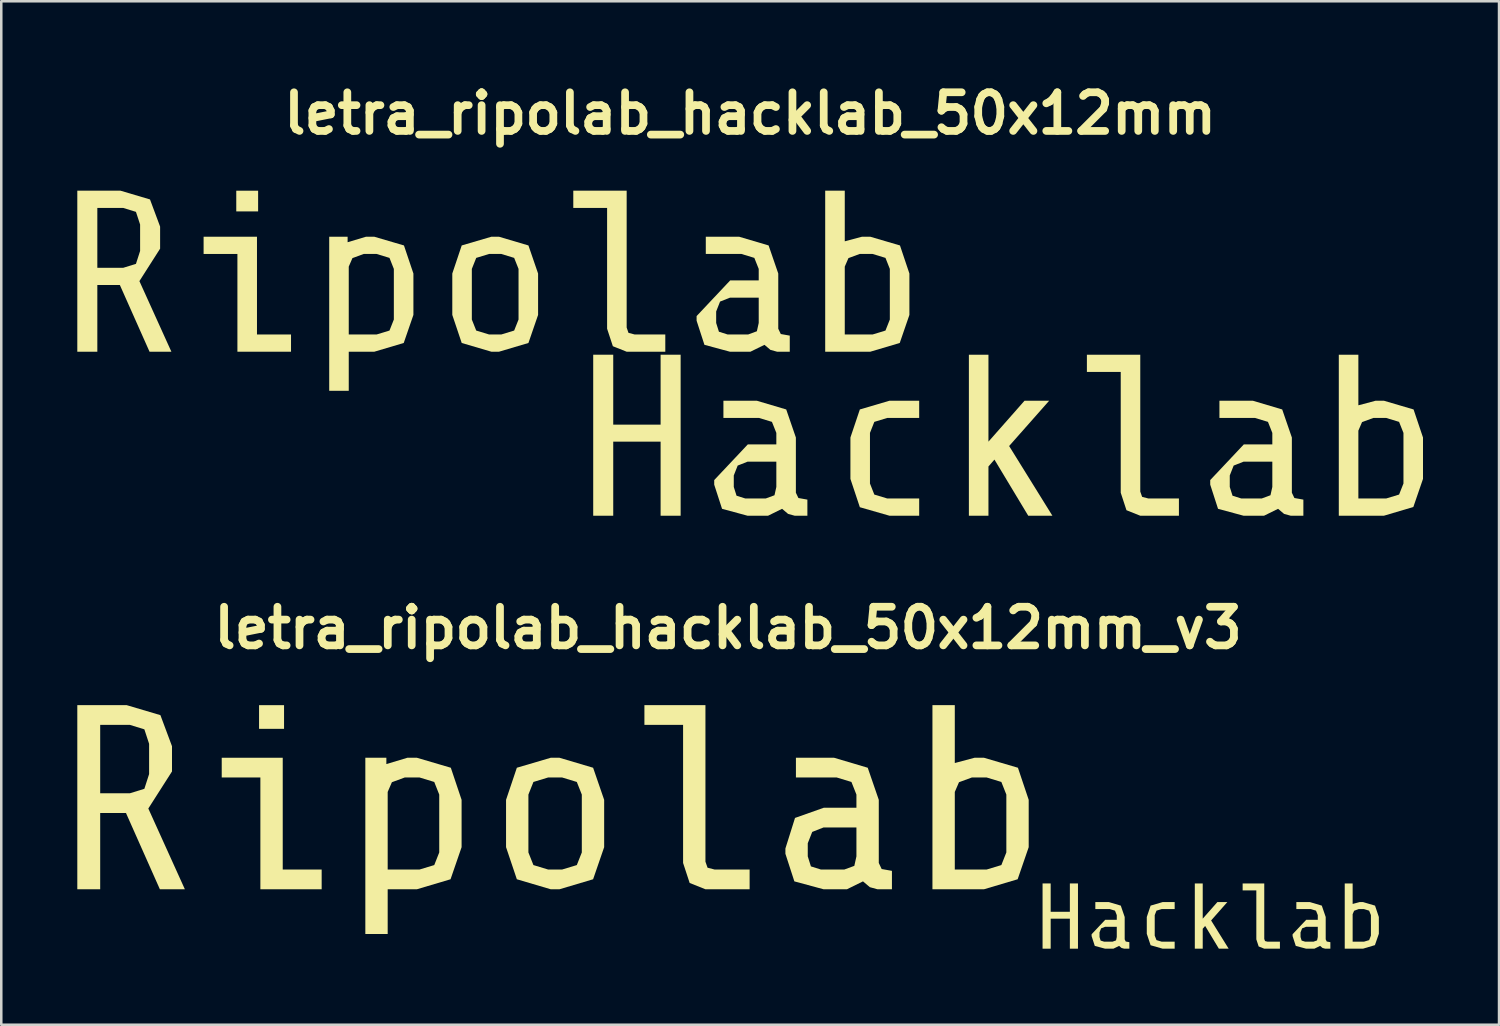
<source format=kicad_pcb>
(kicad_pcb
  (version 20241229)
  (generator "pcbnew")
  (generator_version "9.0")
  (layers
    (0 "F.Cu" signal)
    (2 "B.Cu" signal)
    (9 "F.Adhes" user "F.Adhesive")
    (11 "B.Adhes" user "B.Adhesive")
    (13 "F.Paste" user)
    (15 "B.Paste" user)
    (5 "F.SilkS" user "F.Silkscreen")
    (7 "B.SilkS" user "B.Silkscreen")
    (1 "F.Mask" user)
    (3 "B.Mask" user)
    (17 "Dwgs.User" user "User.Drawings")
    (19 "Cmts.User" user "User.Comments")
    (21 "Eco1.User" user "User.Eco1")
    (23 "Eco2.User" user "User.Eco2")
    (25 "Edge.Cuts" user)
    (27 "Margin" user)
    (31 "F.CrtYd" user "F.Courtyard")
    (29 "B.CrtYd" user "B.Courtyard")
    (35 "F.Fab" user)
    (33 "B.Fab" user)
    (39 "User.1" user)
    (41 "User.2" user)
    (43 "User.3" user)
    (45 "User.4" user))
  (footprint "letra_ripolab_hacklab_50x12mm_v3"
    (layer "F.Cu")
    (at 25.676 29.576)
    (property "Reference" "letra_ripolab_hacklab_50x12mm_v3" (at 0 -7.852 0) (layer "F.SilkS") (effects (font (size 1.524 1.524) (thickness 0.305))))
    (attr smd)
    (fp_poly (pts (xy -0.893 2.46) (xy -1.516 2.211) (xy -1.775 1.422) (xy -1.775 -4.026) (xy -3.301 -4.026) (xy -3.301 -4.804) (xy -0.893 -4.804) (xy -0.893 1.37) (xy -0.81 1.609) (xy -0.53 1.681) (xy 0.85 1.681) (xy 0.85 2.46) (xy -0.893 2.46)) (stroke (width 0) (type solid)) (fill yes) (layer "F.SilkS"))
    (fp_poly (pts (xy 12.728 3.62) (xy 12.728 4.804) (xy 12.408 4.804) (xy 12.408 2.23) (xy 12.728 2.23) (xy 12.728 3.348) (xy 13.485 3.348) (xy 13.485 2.23) (xy 13.805 2.23) (xy 13.805 4.804) (xy 13.485 4.804) (xy 13.485 3.62) (xy 12.728 3.62)) (stroke (width 0) (type solid)) (fill yes) (layer "F.SilkS"))
    (fp_poly (pts (xy 18.727 4.017) (xy 18.727 4.804) (xy 18.415 4.804) (xy 18.415 2.23) (xy 18.727 2.23) (xy 18.727 3.62) (xy 19.305 2.965) (xy 19.698 2.965) (xy 19.058 3.69) (xy 19.75 4.804) (xy 19.364 4.804) (xy 18.823 3.907) (xy 18.727 4.017)) (stroke (width 0) (type solid)) (fill yes) (layer "F.SilkS"))
    (fp_poly (pts (xy 21.155 4.804) (xy 20.934 4.716) (xy 20.842 4.436) (xy 20.842 2.505) (xy 20.302 2.505) (xy 20.302 2.23) (xy 21.155 2.23) (xy 21.155 4.418) (xy 21.185 4.503) (xy 21.284 4.528) (xy 21.773 4.528) (xy 21.773 4.804) (xy 21.155 4.804)) (stroke (width 0) (type solid)) (fill yes) (layer "F.SilkS"))
    (fp_poly (pts (xy -17.519 -4.804) (xy -16.035 1.681) (xy -16.035 2.46) (xy -18.453 2.46) (xy -18.453 -1.951) (xy -19.978 -1.951) (xy -19.978 -2.729) (xy -17.571 -2.729) (xy -17.571 1.681) (xy -16.035 1.681) (xy -17.519 -4.804) (xy -17.519 -3.87) (xy -18.505 -3.87) (xy -18.505 -4.804) (xy -17.519 -4.804)) (stroke (width 0) (type solid)) (fill yes) (layer "F.SilkS"))
    (fp_poly (pts (xy 17.146 4.804) (xy 16.671 4.668) (xy 16.52 4.216) (xy 16.52 3.554) (xy 16.671 3.105) (xy 17.146 2.965) (xy 17.62 2.965) (xy 17.62 3.241) (xy 17.109 3.241) (xy 16.903 3.304) (xy 16.833 3.48) (xy 16.833 4.289) (xy 16.903 4.466) (xy 17.109 4.528) (xy 17.62 4.528) (xy 17.62 4.804) (xy 17.146 4.804)) (stroke (width 0) (type solid)) (fill yes) (layer "F.SilkS"))
    (fp_poly (pts (xy -24.773 -0.55) (xy -24.773 -1.328) (xy -23.6 -1.328) (xy -23.03 -1.504) (xy -22.843 -2.085) (xy -22.843 -3.279) (xy -23.03 -3.85) (xy -23.6 -4.026) (xy -24.773 -4.026) (xy -24.773 -1.328) (xy -24.773 -0.55) (xy -24.773 2.46) (xy -25.676 2.46) (xy -25.676 -4.804) (xy -23.725 -4.804) (xy -22.397 -4.41) (xy -21.94 -3.185) (xy -21.94 -2.189) (xy -22.874 -0.726) (xy -21.432 2.46) (xy -22.418 2.46) (xy -23.756 -0.55) (xy -24.773 -0.55)) (stroke (width 0) (type solid)) (fill yes) (layer "F.SilkS"))
    (fp_poly (pts (xy 11.861 0.799) (xy 10.782 1.505) (xy 10.979 1.007) (xy 10.979 -1.276) (xy 10.782 -1.774) (xy 10.201 -1.951) (xy 9.62 -1.951) (xy 9.111 -1.764) (xy 8.945 -1.38) (xy 8.945 1.681) (xy 10.201 1.681) (xy 10.782 1.505) (xy 11.861 0.799) (xy 11.425 2.065) (xy 10.097 2.46) (xy 8.063 2.46) (xy 8.063 -4.804) (xy 8.945 -4.804) (xy 8.945 -2.521) (xy 9.724 -2.729) (xy 10.097 -2.729) (xy 11.436 -2.335) (xy 11.861 -1.069) (xy 11.861 0.799)) (stroke (width 0) (type solid)) (fill yes) (layer "F.SilkS"))
    (fp_poly (pts (xy 25.676 4.216) (xy 25.293 4.466) (xy 25.363 4.289) (xy 25.363 3.48) (xy 25.293 3.304) (xy 25.087 3.241) (xy 24.881 3.241) (xy 24.701 3.307) (xy 24.642 3.443) (xy 24.642 4.528) (xy 25.087 4.528) (xy 25.293 4.466) (xy 25.676 4.216) (xy 25.521 4.664) (xy 25.051 4.804) (xy 24.33 4.804) (xy 24.33 2.23) (xy 24.642 2.23) (xy 24.642 3.039) (xy 24.918 2.965) (xy 25.051 2.965) (xy 25.525 3.105) (xy 25.676 3.554) (xy 25.676 4.216)) (stroke (width 0) (type solid)) (fill yes) (layer "F.SilkS"))
    (fp_poly (pts (xy -13.482 -2.729) (xy -13.482 -2.48) (xy -12.755 -1.951) (xy -13.264 -1.764) (xy -13.43 -1.38) (xy -13.43 1.681) (xy -12.174 1.681) (xy -11.593 1.505) (xy -11.396 1.007) (xy -11.396 -1.276) (xy -11.593 -1.774) (xy -12.174 -1.951) (xy -12.755 -1.951) (xy -13.482 -2.48) (xy -12.652 -2.729) (xy -12.278 -2.729) (xy -10.939 -2.335) (xy -10.514 -1.069) (xy -10.514 0.799) (xy -10.95 2.065) (xy -12.278 2.46) (xy -13.43 2.46) (xy -13.43 4.224) (xy -14.312 4.224) (xy -14.312 -2.729) (xy -13.482 -2.729)) (stroke (width 0) (type solid)) (fill yes) (layer "F.SilkS"))
    (fp_poly (pts (xy -4.889 0.799) (xy -5.771 -1.276) (xy -5.968 -1.774) (xy -6.549 -1.951) (xy -7.099 -1.951) (xy -7.68 -1.774) (xy -7.878 -1.276) (xy -7.878 1.007) (xy -7.68 1.505) (xy -7.099 1.681) (xy -6.549 1.681) (xy -5.968 1.505) (xy -5.771 1.007) (xy -5.771 -1.276) (xy -4.889 0.799) (xy -5.325 2.065) (xy -6.653 2.46) (xy -6.996 2.46) (xy -8.334 2.065) (xy -8.76 0.799) (xy -8.76 -1.069) (xy -8.334 -2.335) (xy -6.996 -2.729) (xy -6.653 -2.729) (xy -5.325 -2.335) (xy -4.889 -1.069) (xy -4.889 0.799)) (stroke (width 0) (type solid)) (fill yes) (layer "F.SilkS"))
    (fp_poly (pts (xy 15.63 4.804) (xy 15.167 4.528) (xy 15.306 4.477) (xy 15.336 4.344) (xy 15.336 3.94) (xy 14.876 3.94) (xy 14.718 4.002) (xy 14.655 4.161) (xy 14.655 4.344) (xy 14.699 4.484) (xy 14.839 4.528) (xy 15.167 4.528) (xy 15.63 4.804) (xy 15.523 4.775) (xy 15.428 4.694) (xy 15.203 4.804) (xy 14.876 4.804) (xy 14.468 4.694) (xy 14.343 4.308) (xy 14.343 4.234) (xy 14.88 3.664) (xy 15.336 3.664) (xy 15.336 3.48) (xy 15.266 3.304) (xy 15.06 3.241) (xy 14.49 3.241) (xy 14.49 2.965) (xy 15.023 2.965) (xy 15.494 3.105) (xy 15.648 3.554) (xy 15.648 4.436) (xy 15.689 4.521) (xy 15.832 4.547) (xy 15.832 4.804) (xy 15.63 4.804)) (stroke (width 0) (type solid)) (fill yes) (layer "F.SilkS"))
    (fp_poly (pts (xy 23.561 4.804) (xy 23.097 4.528) (xy 23.237 4.477) (xy 23.267 4.344) (xy 23.267 3.94) (xy 22.807 3.94) (xy 22.649 4.002) (xy 22.586 4.161) (xy 22.586 4.344) (xy 22.63 4.484) (xy 22.77 4.528) (xy 23.097 4.528) (xy 23.561 4.804) (xy 23.454 4.775) (xy 23.358 4.694) (xy 23.134 4.804) (xy 22.807 4.804) (xy 22.398 4.694) (xy 22.273 4.308) (xy 22.273 4.234) (xy 22.81 3.664) (xy 23.267 3.664) (xy 23.267 3.48) (xy 23.197 3.304) (xy 22.991 3.241) (xy 22.421 3.241) (xy 22.421 2.965) (xy 22.954 2.965) (xy 23.425 3.105) (xy 23.579 3.554) (xy 23.579 4.436) (xy 23.62 4.521) (xy 23.763 4.547) (xy 23.763 4.804) (xy 23.561 4.804)) (stroke (width 0) (type solid)) (fill yes) (layer "F.SilkS"))
    (fp_poly (pts (xy 5.894 2.46) (xy 4.586 1.681) (xy 4.981 1.536) (xy 5.064 1.162) (xy 5.064 0.021) (xy 3.767 0.021) (xy 3.32 0.197) (xy 3.144 0.644) (xy 3.144 1.162) (xy 3.268 1.557) (xy 3.663 1.681) (xy 4.586 1.681) (xy 5.894 2.46) (xy 5.593 2.377) (xy 5.323 2.148) (xy 4.69 2.46) (xy 3.767 2.46) (xy 2.615 2.148) (xy 2.262 1.059) (xy 2.262 0.851) (xy 2.641 -0.355) (xy 3.777 -0.757) (xy 5.064 -0.757) (xy 5.064 -1.276) (xy 4.867 -1.774) (xy 4.285 -1.951) (xy 2.677 -1.951) (xy 2.677 -2.729) (xy 4.182 -2.729) (xy 5.51 -2.335) (xy 5.946 -1.069) (xy 5.946 1.422) (xy 6.06 1.661) (xy 6.465 1.733) (xy 6.465 2.46) (xy 5.894 2.46)) (stroke (width 0) (type solid)) (fill yes) (layer "F.SilkS")))
  (footprint "letra_ripolab_hacklab_50x12mm"
    (layer "F.Cu")
    (at 26.547 10.886)
    (property "Reference" "letra_ripolab_hacklab_50x12mm" (at 0 -9.46 0) (layer "F.SilkS") (effects (font (size 1.524 1.524) (thickness 0.305))))
    (attr smd)
    (fp_poly (pts (xy -5.402 3.489) (xy -5.402 6.412) (xy -6.192 6.412) (xy -6.192 0.059) (xy -5.402 0.059) (xy -5.402 2.818) (xy -3.533 2.818) (xy -3.533 0.059) (xy -2.743 0.059) (xy -2.743 6.412) (xy -3.533 6.412) (xy -3.533 3.489) (xy -5.402 3.489)) (stroke (width 0) (type solid)) (fill yes) (layer "F.SilkS"))
    (fp_poly (pts (xy -4.872 -0.059) (xy -5.417 -0.276) (xy -5.644 -0.966) (xy -5.644 -5.731) (xy -6.978 -5.731) (xy -6.978 -6.412) (xy -4.872 -6.412) (xy -4.872 -1.012) (xy -4.8 -0.803) (xy -4.555 -0.739) (xy -3.348 -0.739) (xy -3.348 -0.059) (xy -4.872 -0.059)) (stroke (width 0) (type solid)) (fill yes) (layer "F.SilkS"))
    (fp_poly (pts (xy 9.402 4.469) (xy 9.402 6.412) (xy 8.63 6.412) (xy 8.63 0.059) (xy 9.402 0.059) (xy 9.402 3.489) (xy 10.826 1.874) (xy 11.798 1.874) (xy 10.218 3.662) (xy 11.925 6.412) (xy 10.972 6.412) (xy 9.638 4.197) (xy 9.402 4.469)) (stroke (width 0) (type solid)) (fill yes) (layer "F.SilkS"))
    (fp_poly (pts (xy 15.392 6.412) (xy 14.847 6.194) (xy 14.621 5.504) (xy 14.621 0.739) (xy 13.286 0.739) (xy 13.286 0.059) (xy 15.392 0.059) (xy 15.392 5.459) (xy 15.465 5.667) (xy 15.71 5.731) (xy 16.917 5.731) (xy 16.917 6.412) (xy 15.392 6.412)) (stroke (width 0) (type solid)) (fill yes) (layer "F.SilkS"))
    (fp_poly (pts (xy -19.413 -6.412) (xy -18.115 -0.739) (xy -18.115 -0.059) (xy -20.23 -0.059) (xy -20.23 -3.916) (xy -21.564 -3.916) (xy -21.564 -4.596) (xy -19.458 -4.596) (xy -19.458 -0.739) (xy -18.115 -0.739) (xy -19.413 -6.412) (xy -19.413 -5.595) (xy -20.275 -5.595) (xy -20.275 -6.412) (xy -19.413 -6.412)) (stroke (width 0) (type solid)) (fill yes) (layer "F.SilkS"))
    (fp_poly (pts (xy 5.498 6.412) (xy 4.328 6.076) (xy 3.956 4.959) (xy 3.956 3.326) (xy 4.328 2.219) (xy 5.498 1.874) (xy 6.669 1.874) (xy 6.669 2.554) (xy 5.408 2.554) (xy 4.899 2.709) (xy 4.727 3.144) (xy 4.727 5.141) (xy 4.899 5.577) (xy 5.408 5.731) (xy 6.669 5.731) (xy 6.669 6.412) (xy 5.498 6.412)) (stroke (width 0) (type solid)) (fill yes) (layer "F.SilkS"))
    (fp_poly (pts (xy -25.757 -2.691) (xy -25.757 -3.371) (xy -24.732 -3.371) (xy -24.233 -3.526) (xy -24.069 -4.034) (xy -24.069 -5.077) (xy -24.233 -5.577) (xy -24.732 -5.731) (xy -25.757 -5.731) (xy -25.757 -3.371) (xy -25.757 -2.691) (xy -25.757 -0.059) (xy -26.547 -0.059) (xy -26.547 -6.412) (xy -24.841 -6.412) (xy -23.679 -6.067) (xy -23.28 -4.996) (xy -23.28 -4.125) (xy -24.097 -2.845) (xy -22.835 -0.059) (xy -23.697 -0.059) (xy -24.868 -2.691) (xy -25.757 -2.691)) (stroke (width 0) (type solid)) (fill yes) (layer "F.SilkS"))
    (fp_poly (pts (xy 6.283 -1.511) (xy 5.902 -0.404) (xy 3.733 -0.739) (xy 4.831 -0.739) (xy 5.339 -0.894) (xy 5.511 -1.329) (xy 5.511 -3.326) (xy 5.339 -3.761) (xy 4.831 -3.916) (xy 4.322 -3.916) (xy 3.878 -3.752) (xy 3.733 -3.417) (xy 3.733 -0.739) (xy 5.902 -0.404) (xy 4.74 -0.059) (xy 2.961 -0.059) (xy 2.961 -6.412) (xy 3.733 -6.412) (xy 3.733 -4.415) (xy 4.413 -4.596) (xy 4.74 -4.596) (xy 5.911 -4.252) (xy 6.283 -3.144) (xy 6.283 -1.511)) (stroke (width 0) (type solid)) (fill yes) (layer "F.SilkS"))
    (fp_poly (pts (xy 26.547 4.959) (xy 25.603 5.577) (xy 25.776 5.141) (xy 25.776 3.144) (xy 25.603 2.709) (xy 25.095 2.554) (xy 24.587 2.554) (xy 24.142 2.718) (xy 23.997 3.054) (xy 23.997 5.731) (xy 25.095 5.731) (xy 25.603 5.577) (xy 26.547 4.959) (xy 26.166 6.067) (xy 25.004 6.412) (xy 23.225 6.412) (xy 23.225 0.059) (xy 23.997 0.059) (xy 23.997 2.055) (xy 24.677 1.874) (xy 25.004 1.874) (xy 26.175 2.219) (xy 26.547 3.326) (xy 26.547 4.959)) (stroke (width 0) (type solid)) (fill yes) (layer "F.SilkS"))
    (fp_poly (pts (xy -15.882 -4.596) (xy -15.882 -4.379) (xy -15.247 -3.916) (xy -15.692 -3.752) (xy -15.837 -3.417) (xy -15.837 -0.739) (xy -14.739 -0.739) (xy -14.23 -0.894) (xy -14.058 -1.329) (xy -14.058 -3.326) (xy -14.23 -3.761) (xy -14.739 -3.916) (xy -15.247 -3.916) (xy -15.882 -4.379) (xy -15.156 -4.596) (xy -14.829 -4.596) (xy -13.659 -4.252) (xy -13.286 -3.144) (xy -13.286 -1.511) (xy -13.668 -0.404) (xy -14.829 -0.059) (xy -15.837 -0.059) (xy -15.837 1.484) (xy -16.608 1.484) (xy -16.608 -4.596) (xy -15.882 -4.596)) (stroke (width 0) (type solid)) (fill yes) (layer "F.SilkS"))
    (fp_poly (pts (xy -8.367 -1.511) (xy -9.138 -3.326) (xy -9.311 -3.761) (xy -9.819 -3.916) (xy -10.3 -3.916) (xy -10.808 -3.761) (xy -10.981 -3.326) (xy -10.981 -1.329) (xy -10.808 -0.894) (xy -10.3 -0.739) (xy -9.819 -0.739) (xy -9.311 -0.894) (xy -9.138 -1.329) (xy -9.138 -3.326) (xy -8.367 -1.511) (xy -8.748 -0.404) (xy -9.91 -0.059) (xy -10.209 -0.059) (xy -11.38 -0.404) (xy -11.752 -1.511) (xy -11.752 -3.144) (xy -11.38 -4.252) (xy -10.209 -4.596) (xy -9.91 -4.596) (xy -8.748 -4.252) (xy -8.367 -3.144) (xy -8.367 -1.511)) (stroke (width 0) (type solid)) (fill yes) (layer "F.SilkS"))
    (fp_poly (pts (xy 1.064 -0.059) (xy -0.08 -0.739) (xy 0.265 -0.866) (xy 0.338 -1.193) (xy 0.338 -2.191) (xy -0.797 -2.191) (xy -1.187 -2.037) (xy -1.341 -1.647) (xy -1.341 -1.193) (xy -1.232 -0.848) (xy -0.888 -0.739) (xy -0.08 -0.739) (xy 1.064 -0.059) (xy 0.801 -0.131) (xy 0.565 -0.331) (xy 0.011 -0.059) (xy -0.797 -0.059) (xy -1.804 -0.331) (xy -2.113 -1.284) (xy -2.113 -1.465) (xy -0.788 -2.872) (xy 0.338 -2.872) (xy 0.338 -3.326) (xy 0.165 -3.761) (xy -0.343 -3.916) (xy -1.75 -3.916) (xy -1.75 -4.596) (xy -0.434 -4.596) (xy 0.728 -4.252) (xy 1.109 -3.144) (xy 1.109 -0.966) (xy 1.209 -0.757) (xy 1.563 -0.694) (xy 1.563 -0.059) (xy 1.064 -0.059)) (stroke (width 0) (type solid)) (fill yes) (layer "F.SilkS"))
    (fp_poly (pts (xy 1.759 6.412) (xy 0.615 5.731) (xy 0.96 5.604) (xy 1.033 5.277) (xy 1.033 4.279) (xy -0.102 4.279) (xy -0.492 4.433) (xy -0.646 4.823) (xy -0.646 5.277) (xy -0.537 5.622) (xy -0.192 5.731) (xy 0.615 5.731) (xy 1.759 6.412) (xy 1.496 6.339) (xy 1.26 6.139) (xy 0.706 6.412) (xy -0.102 6.412) (xy -1.109 6.139) (xy -1.418 5.186) (xy -1.418 5.005) (xy -0.093 3.598) (xy 1.033 3.598) (xy 1.033 3.144) (xy 0.86 2.709) (xy 0.352 2.554) (xy -1.055 2.554) (xy -1.055 1.874) (xy 0.261 1.874) (xy 1.423 2.219) (xy 1.804 3.326) (xy 1.804 5.504) (xy 1.904 5.713) (xy 2.258 5.776) (xy 2.258 6.412) (xy 1.759 6.412)) (stroke (width 0) (type solid)) (fill yes) (layer "F.SilkS"))
    (fp_poly (pts (xy 21.328 6.412) (xy 20.185 5.731) (xy 20.529 5.604) (xy 20.602 5.277) (xy 20.602 4.279) (xy 19.468 4.279) (xy 19.077 4.433) (xy 18.923 4.823) (xy 18.923 5.277) (xy 19.032 5.622) (xy 19.377 5.731) (xy 20.185 5.731) (xy 21.328 6.412) (xy 21.065 6.339) (xy 20.829 6.139) (xy 20.275 6.412) (xy 19.468 6.412) (xy 18.46 6.139) (xy 18.152 5.186) (xy 18.152 5.005) (xy 19.477 3.598) (xy 20.602 3.598) (xy 20.602 3.144) (xy 20.43 2.709) (xy 19.921 2.554) (xy 18.515 2.554) (xy 18.515 1.874) (xy 19.831 1.874) (xy 20.992 2.219) (xy 21.373 3.326) (xy 21.373 5.504) (xy 21.473 5.713) (xy 21.827 5.776) (xy 21.827 6.412) (xy 21.328 6.412)) (stroke (width 0) (type solid)) (fill yes) (layer "F.SilkS")))
  (gr_rect
    (start -3 -3)
    (end 56.094 37.38)
    (stroke (width 0.1) (type default))
    (fill no)
    (layer "Edge.Cuts")))
</source>
